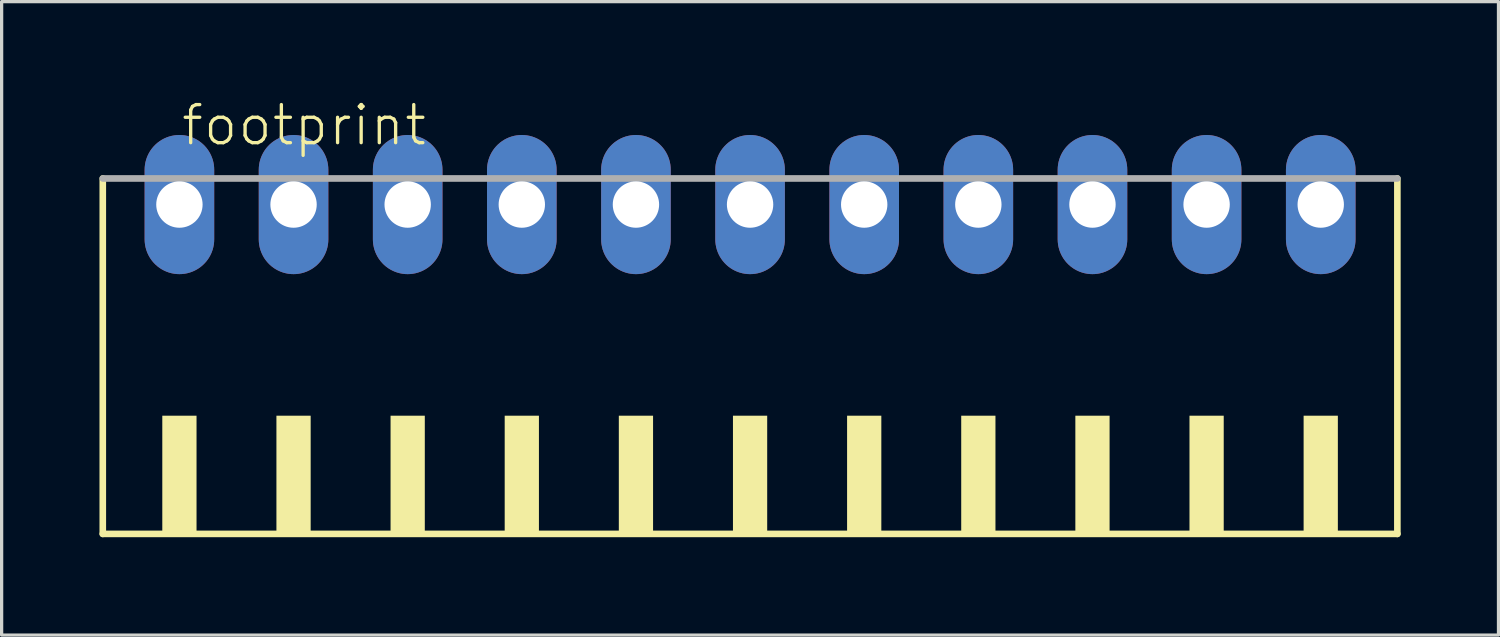
<source format=kicad_pcb>
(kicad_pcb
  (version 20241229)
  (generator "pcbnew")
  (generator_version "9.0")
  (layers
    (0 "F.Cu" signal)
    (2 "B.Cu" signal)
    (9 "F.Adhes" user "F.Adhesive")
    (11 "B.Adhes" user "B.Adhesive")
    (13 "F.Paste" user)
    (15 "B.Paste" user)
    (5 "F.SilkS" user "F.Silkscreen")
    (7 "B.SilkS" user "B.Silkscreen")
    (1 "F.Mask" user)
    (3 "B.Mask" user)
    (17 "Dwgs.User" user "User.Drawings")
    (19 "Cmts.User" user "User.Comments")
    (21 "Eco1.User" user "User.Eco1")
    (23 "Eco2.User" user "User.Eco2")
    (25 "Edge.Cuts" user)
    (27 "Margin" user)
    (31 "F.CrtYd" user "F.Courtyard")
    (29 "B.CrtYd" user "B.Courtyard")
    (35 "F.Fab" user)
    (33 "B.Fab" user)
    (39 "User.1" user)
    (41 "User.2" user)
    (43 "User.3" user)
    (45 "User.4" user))
  (footprint "footprint"
    (layer "F.Cu")
    (at 19.952 8.473)
    (property "Reference" "footprint" (at -17.5 -7 0) (layer "F.SilkS") (effects (font (size 1.168 1.168) (thickness 0.102)) (justify left bottom)))
    (fp_line (start -19.85 -6.05) (end -19.85 4.85) (stroke (width 0.203) (type solid)) (layer "F.SilkS"))
    (fp_line (start -19.85 4.85) (end 19.85 4.85) (stroke (width 0.203) (type solid)) (layer "F.SilkS"))
    (fp_line (start 19.85 4.85) (end 19.85 -6.05) (stroke (width 0.203) (type solid)) (layer "F.SilkS"))
    (fp_poly (pts (xy -18.025 4.9) (xy -16.975 4.9) (xy -16.975 1.225) (xy -18.025 1.225)) (stroke (width 0) (type solid)) (fill yes) (layer "F.SilkS"))
    (fp_poly (pts (xy -14.525 4.9) (xy -13.475 4.9) (xy -13.475 1.225) (xy -14.525 1.225)) (stroke (width 0) (type solid)) (fill yes) (layer "F.SilkS"))
    (fp_poly (pts (xy -11.025 4.9) (xy -9.975 4.9) (xy -9.975 1.225) (xy -11.025 1.225)) (stroke (width 0) (type solid)) (fill yes) (layer "F.SilkS"))
    (fp_poly (pts (xy -7.525 4.9) (xy -6.475 4.9) (xy -6.475 1.225) (xy -7.525 1.225)) (stroke (width 0) (type solid)) (fill yes) (layer "F.SilkS"))
    (fp_poly (pts (xy -4.025 4.9) (xy -2.975 4.9) (xy -2.975 1.225) (xy -4.025 1.225)) (stroke (width 0) (type solid)) (fill yes) (layer "F.SilkS"))
    (fp_poly (pts (xy -0.525 4.9) (xy 0.525 4.9) (xy 0.525 1.225) (xy -0.525 1.225)) (stroke (width 0) (type solid)) (fill yes) (layer "F.SilkS"))
    (fp_poly (pts (xy 2.975 4.9) (xy 4.025 4.9) (xy 4.025 1.225) (xy 2.975 1.225)) (stroke (width 0) (type solid)) (fill yes) (layer "F.SilkS"))
    (fp_poly (pts (xy 6.475 4.9) (xy 7.525 4.9) (xy 7.525 1.225) (xy 6.475 1.225)) (stroke (width 0) (type solid)) (fill yes) (layer "F.SilkS"))
    (fp_poly (pts (xy 9.975 4.9) (xy 11.025 4.9) (xy 11.025 1.225) (xy 9.975 1.225)) (stroke (width 0) (type solid)) (fill yes) (layer "F.SilkS"))
    (fp_poly (pts (xy 13.475 4.9) (xy 14.525 4.9) (xy 14.525 1.225) (xy 13.475 1.225)) (stroke (width 0) (type solid)) (fill yes) (layer "F.SilkS"))
    (fp_poly (pts (xy 16.975 4.9) (xy 18.025 4.9) (xy 18.025 1.225) (xy 16.975 1.225)) (stroke (width 0) (type solid)) (fill yes) (layer "F.SilkS"))
    (fp_line (start 19.85 -6.05) (end -19.85 -6.05) (stroke (width 0.203) (type solid)) (layer "F.Fab"))
    (pad "1" thru_hole oval (at -17.5 -5.25 90) (size 4.267 2.134) (drill 1.422) (layers "*.Cu" "*.Mask"))
    (pad "2" thru_hole oval (at -14 -5.25 90) (size 4.267 2.134) (drill 1.422) (layers "*.Cu" "*.Mask"))
    (pad "3" thru_hole oval (at -10.5 -5.25 90) (size 4.267 2.134) (drill 1.422) (layers "*.Cu" "*.Mask"))
    (pad "4" thru_hole oval (at -7 -5.25 90) (size 4.267 2.134) (drill 1.422) (layers "*.Cu" "*.Mask"))
    (pad "5" thru_hole oval (at -3.5 -5.25 90) (size 4.267 2.134) (drill 1.422) (layers "*.Cu" "*.Mask"))
    (pad "6" thru_hole oval (at 0 -5.25 90) (size 4.267 2.134) (drill 1.422) (layers "*.Cu" "*.Mask"))
    (pad "7" thru_hole oval (at 3.5 -5.25 90) (size 4.267 2.134) (drill 1.422) (layers "*.Cu" "*.Mask"))
    (pad "8" thru_hole oval (at 7 -5.25 90) (size 4.267 2.134) (drill 1.422) (layers "*.Cu" "*.Mask"))
    (pad "9" thru_hole oval (at 10.5 -5.25 90) (size 4.267 2.134) (drill 1.422) (layers "*.Cu" "*.Mask"))
    (pad "10" thru_hole oval (at 14 -5.25 90) (size 4.267 2.134) (drill 1.422) (layers "*.Cu" "*.Mask"))
    (pad "11" thru_hole oval (at 17.5 -5.25 90) (size 4.267 2.134) (drill 1.422) (layers "*.Cu" "*.Mask")))
  (gr_rect
    (start -3 -3)
    (end 42.903 16.425)
    (stroke (width 0.1) (type default))
    (fill no)
    (layer "Edge.Cuts")))
</source>
